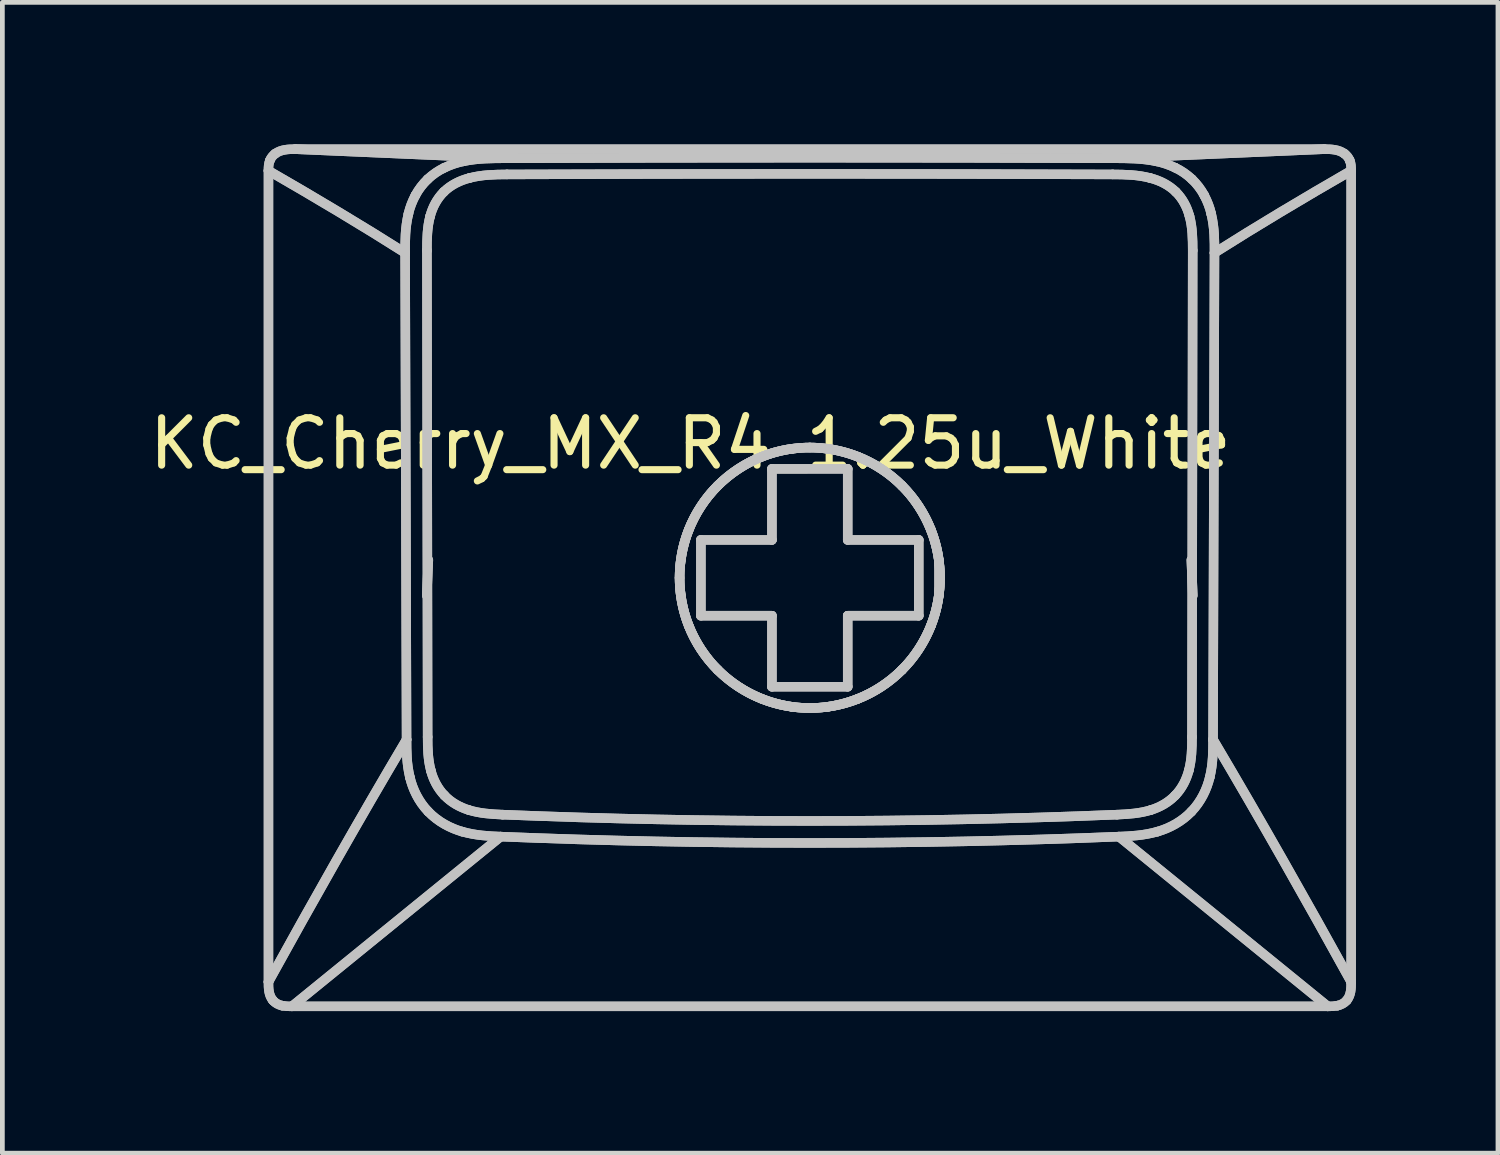
<source format=kicad_pcb>
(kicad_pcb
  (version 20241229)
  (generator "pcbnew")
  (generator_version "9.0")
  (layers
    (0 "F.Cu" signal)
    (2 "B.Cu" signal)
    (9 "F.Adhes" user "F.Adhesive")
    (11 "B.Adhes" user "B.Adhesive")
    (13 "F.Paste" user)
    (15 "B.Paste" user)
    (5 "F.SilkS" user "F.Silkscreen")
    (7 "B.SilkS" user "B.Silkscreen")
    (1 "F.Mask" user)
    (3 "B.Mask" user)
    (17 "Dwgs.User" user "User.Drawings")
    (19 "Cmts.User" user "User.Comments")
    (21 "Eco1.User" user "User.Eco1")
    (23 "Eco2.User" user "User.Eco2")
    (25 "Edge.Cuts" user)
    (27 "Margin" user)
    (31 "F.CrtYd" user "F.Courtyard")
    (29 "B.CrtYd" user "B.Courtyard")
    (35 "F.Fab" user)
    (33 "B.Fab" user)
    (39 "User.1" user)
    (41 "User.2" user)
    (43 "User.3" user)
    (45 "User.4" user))
  (footprint "KC_Cherry_MX_R4_1.25u_White"
    (layer "F.Cu")
    (at 14.07 9.111)
    (property "Reference" "KC_Cherry_MX_R4_1.25u_White" (at -2.54 -2.794 0) (layer "F.SilkS") (effects (font (size 1 1) (thickness 0.15))))
    (attr allow_missing_courtyard)
    (fp_line (start -11.451 8.572) (end -11.451 -8.557) (stroke (width 0.2) (type default)) (layer "Dwgs.User"))
    (fp_line (start -11.451 8.572) (end -11.451 -8.557) (stroke (width 0.2) (type default)) (layer "Dwgs.User"))
    (fp_line (start -10.956 9.089) (end -6.548 5.505) (stroke (width 0.2) (type default)) (layer "Dwgs.User"))
    (fp_line (start -10.956 9.089) (end -6.548 5.505) (stroke (width 0.2) (type default)) (layer "Dwgs.User"))
    (fp_line (start -10.886 -9.011) (end 10.846 -9.011) (stroke (width 0.2) (type default)) (layer "Dwgs.User"))
    (fp_line (start -10.886 -9.011) (end 10.846 -9.011) (stroke (width 0.2) (type default)) (layer "Dwgs.User"))
    (fp_line (start -8.565 -6.821) (end -8.535 3.456) (stroke (width 0.2) (type default)) (layer "Dwgs.User"))
    (fp_line (start -8.565 -6.821) (end -8.535 3.456) (stroke (width 0.2) (type default)) (layer "Dwgs.User"))
    (fp_line (start -8.105 -6.872) (end -8.09 3.401) (stroke (width 0.2) (type default)) (layer "Dwgs.User"))
    (fp_line (start -8.105 -6.872) (end -8.09 3.401) (stroke (width 0.2) (type default)) (layer "Dwgs.User"))
    (fp_line (start -8.075 -0.336) (end -8.108 0.414) (stroke (width 0.2) (type default)) (layer "Dwgs.User"))
    (fp_line (start -8.075 -0.336) (end -8.108 0.414) (stroke (width 0.2) (type default)) (layer "Dwgs.User"))
    (fp_line (start -6.457 -8.819) (end -10.886 -9.011) (stroke (width 0.2) (type default)) (layer "Dwgs.User"))
    (fp_line (start -6.457 -8.819) (end -10.886 -9.011) (stroke (width 0.2) (type default)) (layer "Dwgs.User"))
    (fp_line (start -2.32 -0.76) (end -0.82 -0.76) (stroke (width 0.2) (type default)) (layer "Dwgs.User"))
    (fp_line (start -2.32 -0.76) (end -0.82 -0.76) (stroke (width 0.2) (type default)) (layer "Dwgs.User"))
    (fp_line (start -2.32 0.84) (end -2.32 -0.76) (stroke (width 0.2) (type default)) (layer "Dwgs.User"))
    (fp_line (start -2.32 0.84) (end -2.32 -0.76) (stroke (width 0.2) (type default)) (layer "Dwgs.User"))
    (fp_line (start -0.82 -2.26) (end 0.78 -2.26) (stroke (width 0.2) (type default)) (layer "Dwgs.User"))
    (fp_line (start -0.82 -2.26) (end 0.78 -2.26) (stroke (width 0.2) (type default)) (layer "Dwgs.User"))
    (fp_line (start -0.82 -0.76) (end -0.82 -2.26) (stroke (width 0.2) (type default)) (layer "Dwgs.User"))
    (fp_line (start -0.82 -0.76) (end -0.82 -2.26) (stroke (width 0.2) (type default)) (layer "Dwgs.User"))
    (fp_line (start -0.82 0.84) (end -2.32 0.84) (stroke (width 0.2) (type default)) (layer "Dwgs.User"))
    (fp_line (start -0.82 0.84) (end -2.32 0.84) (stroke (width 0.2) (type default)) (layer "Dwgs.User"))
    (fp_line (start -0.82 2.34) (end -0.82 0.84) (stroke (width 0.2) (type default)) (layer "Dwgs.User"))
    (fp_line (start -0.82 2.34) (end -0.82 0.84) (stroke (width 0.2) (type default)) (layer "Dwgs.User"))
    (fp_line (start -0.395 -2.685) (end -0.395 -2.685) (stroke (width 0.2) (type default)) (layer "Dwgs.User"))
    (fp_line (start -0.395 -2.685) (end -0.395 -2.685) (stroke (width 0.2) (type default)) (layer "Dwgs.User"))
    (fp_line (start -0.395 2.764) (end -0.395 2.764) (stroke (width 0.2) (type default)) (layer "Dwgs.User"))
    (fp_line (start -0.395 2.764) (end -0.395 2.764) (stroke (width 0.2) (type default)) (layer "Dwgs.User"))
    (fp_line (start 0.355 -2.685) (end 0.355 -2.685) (stroke (width 0.2) (type default)) (layer "Dwgs.User"))
    (fp_line (start 0.355 -2.685) (end 0.355 -2.685) (stroke (width 0.2) (type default)) (layer "Dwgs.User"))
    (fp_line (start 0.355 2.764) (end 0.355 2.764) (stroke (width 0.2) (type default)) (layer "Dwgs.User"))
    (fp_line (start 0.355 2.764) (end 0.355 2.764) (stroke (width 0.2) (type default)) (layer "Dwgs.User"))
    (fp_line (start 0.78 -2.26) (end 0.78 -0.76) (stroke (width 0.2) (type default)) (layer "Dwgs.User"))
    (fp_line (start 0.78 -2.26) (end 0.78 -0.76) (stroke (width 0.2) (type default)) (layer "Dwgs.User"))
    (fp_line (start 0.78 -0.76) (end 2.28 -0.76) (stroke (width 0.2) (type default)) (layer "Dwgs.User"))
    (fp_line (start 0.78 -0.76) (end 2.28 -0.76) (stroke (width 0.2) (type default)) (layer "Dwgs.User"))
    (fp_line (start 0.78 0.84) (end 0.78 2.34) (stroke (width 0.2) (type default)) (layer "Dwgs.User"))
    (fp_line (start 0.78 0.84) (end 0.78 2.34) (stroke (width 0.2) (type default)) (layer "Dwgs.User"))
    (fp_line (start 0.78 2.34) (end -0.82 2.34) (stroke (width 0.2) (type default)) (layer "Dwgs.User"))
    (fp_line (start 0.78 2.34) (end -0.82 2.34) (stroke (width 0.2) (type default)) (layer "Dwgs.User"))
    (fp_line (start 2.28 -0.76) (end 2.28 0.84) (stroke (width 0.2) (type default)) (layer "Dwgs.User"))
    (fp_line (start 2.28 -0.76) (end 2.28 0.84) (stroke (width 0.2) (type default)) (layer "Dwgs.User"))
    (fp_line (start 2.28 0.84) (end 0.78 0.84) (stroke (width 0.2) (type default)) (layer "Dwgs.User"))
    (fp_line (start 2.28 0.84) (end 0.78 0.84) (stroke (width 0.2) (type default)) (layer "Dwgs.User"))
    (fp_line (start 2.704 0.414) (end 2.704 -0.336) (stroke (width 0.2) (type default)) (layer "Dwgs.User"))
    (fp_line (start 8.035 -0.336) (end 8.068 0.414) (stroke (width 0.2) (type default)) (layer "Dwgs.User"))
    (fp_line (start 8.035 -0.336) (end 8.068 0.414) (stroke (width 0.2) (type default)) (layer "Dwgs.User"))
    (fp_line (start 8.05 3.401) (end 8.065 -6.872) (stroke (width 0.2) (type default)) (layer "Dwgs.User"))
    (fp_line (start 8.05 3.401) (end 8.065 -6.872) (stroke (width 0.2) (type default)) (layer "Dwgs.User"))
    (fp_line (start 8.495 3.456) (end 8.525 -6.821) (stroke (width 0.2) (type default)) (layer "Dwgs.User"))
    (fp_line (start 8.495 3.456) (end 8.525 -6.821) (stroke (width 0.2) (type default)) (layer "Dwgs.User"))
    (fp_line (start 10.846 -9.011) (end 6.417 -8.819) (stroke (width 0.2) (type default)) (layer "Dwgs.User"))
    (fp_line (start 10.846 -9.011) (end 6.417 -8.819) (stroke (width 0.2) (type default)) (layer "Dwgs.User"))
    (fp_line (start 10.916 9.089) (end -10.956 9.089) (stroke (width 0.2) (type default)) (layer "Dwgs.User"))
    (fp_line (start 10.916 9.089) (end -10.956 9.089) (stroke (width 0.2) (type default)) (layer "Dwgs.User"))
    (fp_line (start 10.916 9.089) (end 6.508 5.505) (stroke (width 0.2) (type default)) (layer "Dwgs.User"))
    (fp_line (start 10.916 9.089) (end 6.508 5.505) (stroke (width 0.2) (type default)) (layer "Dwgs.User"))
    (fp_line (start 11.411 -8.557) (end 11.411 8.572) (stroke (width 0.2) (type default)) (layer "Dwgs.User"))
    (fp_line (start 11.411 -8.557) (end 11.411 8.572) (stroke (width 0.2) (type default)) (layer "Dwgs.User"))
    (fp_curve (pts (xy -11.451 -8.557) (xy -11.452 -8.63) (xy -11.449 -8.706) (xy -11.42 -8.775)) (stroke (width 0.2) (type default)) (layer "Dwgs.User"))
    (fp_curve (pts (xy -11.451 -8.557) (xy -11.452 -8.63) (xy -11.449 -8.706) (xy -11.42 -8.775)) (stroke (width 0.2) (type default)) (layer "Dwgs.User"))
    (fp_curve (pts (xy -11.451 8.572) (xy -10.513 6.871) (xy -9.549 5.166) (xy -8.535 3.456)) (stroke (width 0.2) (type default)) (layer "Dwgs.User"))
    (fp_curve (pts (xy -11.451 8.572) (xy -10.513 6.871) (xy -9.549 5.166) (xy -8.535 3.456)) (stroke (width 0.2) (type default)) (layer "Dwgs.User"))
    (fp_curve (pts (xy -11.42 -8.775) (xy -11.396 -8.832) (xy -11.359 -8.878) (xy -11.31 -8.915)) (stroke (width 0.2) (type default)) (layer "Dwgs.User"))
    (fp_curve (pts (xy -11.42 -8.775) (xy -11.396 -8.832) (xy -11.359 -8.878) (xy -11.31 -8.915)) (stroke (width 0.2) (type default)) (layer "Dwgs.User"))
    (fp_curve (pts (xy -11.358 8.962) (xy -11.448 8.854) (xy -11.452 8.706) (xy -11.451 8.572)) (stroke (width 0.2) (type default)) (layer "Dwgs.User"))
    (fp_curve (pts (xy -11.358 8.962) (xy -11.448 8.854) (xy -11.452 8.706) (xy -11.451 8.572)) (stroke (width 0.2) (type default)) (layer "Dwgs.User"))
    (fp_curve (pts (xy -11.31 -8.915) (xy -11.189 -9.005) (xy -11.031 -9.012) (xy -10.886 -9.011)) (stroke (width 0.2) (type default)) (layer "Dwgs.User"))
    (fp_curve (pts (xy -11.31 -8.915) (xy -11.189 -9.005) (xy -11.031 -9.012) (xy -10.886 -9.011)) (stroke (width 0.2) (type default)) (layer "Dwgs.User"))
    (fp_curve (pts (xy -11.162 9.074) (xy -11.237 9.058) (xy -11.309 9.021) (xy -11.358 8.962)) (stroke (width 0.2) (type default)) (layer "Dwgs.User"))
    (fp_curve (pts (xy -11.162 9.074) (xy -11.237 9.058) (xy -11.309 9.021) (xy -11.358 8.962)) (stroke (width 0.2) (type default)) (layer "Dwgs.User"))
    (fp_curve (pts (xy -10.956 9.089) (xy -11.025 9.092) (xy -11.094 9.087) (xy -11.162 9.074)) (stroke (width 0.2) (type default)) (layer "Dwgs.User"))
    (fp_curve (pts (xy -10.956 9.089) (xy -11.025 9.092) (xy -11.094 9.087) (xy -11.162 9.074)) (stroke (width 0.2) (type default)) (layer "Dwgs.User"))
    (fp_curve (pts (xy -8.565 -6.821) (xy -9.466 -7.393) (xy -10.439 -7.974) (xy -11.451 -8.557)) (stroke (width 0.2) (type default)) (layer "Dwgs.User"))
    (fp_curve (pts (xy -8.565 -6.821) (xy -9.466 -7.393) (xy -10.439 -7.974) (xy -11.451 -8.557)) (stroke (width 0.2) (type default)) (layer "Dwgs.User"))
    (fp_curve (pts (xy -8.565 -6.821) (xy -8.565 -7.065) (xy -8.569 -7.34) (xy -8.496 -7.645)) (stroke (width 0.2) (type default)) (layer "Dwgs.User"))
    (fp_curve (pts (xy -8.565 -6.821) (xy -8.565 -7.065) (xy -8.569 -7.34) (xy -8.496 -7.645)) (stroke (width 0.2) (type default)) (layer "Dwgs.User"))
    (fp_curve (pts (xy -8.496 -7.645) (xy -8.467 -7.775) (xy -8.417 -7.906) (xy -8.348 -8.037)) (stroke (width 0.2) (type default)) (layer "Dwgs.User"))
    (fp_curve (pts (xy -8.496 -7.645) (xy -8.467 -7.775) (xy -8.417 -7.906) (xy -8.348 -8.037)) (stroke (width 0.2) (type default)) (layer "Dwgs.User"))
    (fp_curve (pts (xy -8.464 4.256) (xy -8.536 3.962) (xy -8.534 3.693) (xy -8.535 3.456)) (stroke (width 0.2) (type default)) (layer "Dwgs.User"))
    (fp_curve (pts (xy -8.464 4.256) (xy -8.536 3.962) (xy -8.534 3.693) (xy -8.535 3.456)) (stroke (width 0.2) (type default)) (layer "Dwgs.User"))
    (fp_curve (pts (xy -8.348 -8.037) (xy -8.281 -8.162) (xy -8.194 -8.275) (xy -8.089 -8.377)) (stroke (width 0.2) (type default)) (layer "Dwgs.User"))
    (fp_curve (pts (xy -8.348 -8.037) (xy -8.281 -8.162) (xy -8.194 -8.275) (xy -8.089 -8.377)) (stroke (width 0.2) (type default)) (layer "Dwgs.User"))
    (fp_curve (pts (xy -8.105 -6.872) (xy -8.105 -7.115) (xy -8.1 -7.362) (xy -8.037 -7.596)) (stroke (width 0.2) (type default)) (layer "Dwgs.User"))
    (fp_curve (pts (xy -8.105 -6.872) (xy -8.105 -7.115) (xy -8.1 -7.362) (xy -8.037 -7.596)) (stroke (width 0.2) (type default)) (layer "Dwgs.User"))
    (fp_curve (pts (xy -8.089 -8.377) (xy -7.981 -8.478) (xy -7.864 -8.558) (xy -7.739 -8.618)) (stroke (width 0.2) (type default)) (layer "Dwgs.User"))
    (fp_curve (pts (xy -8.089 -8.377) (xy -7.981 -8.478) (xy -7.864 -8.558) (xy -7.739 -8.618)) (stroke (width 0.2) (type default)) (layer "Dwgs.User"))
    (fp_curve (pts (xy -8.077 4.977) (xy -8.282 4.765) (xy -8.406 4.499) (xy -8.464 4.256)) (stroke (width 0.2) (type default)) (layer "Dwgs.User"))
    (fp_curve (pts (xy -8.077 4.977) (xy -8.282 4.765) (xy -8.406 4.499) (xy -8.464 4.256)) (stroke (width 0.2) (type default)) (layer "Dwgs.User"))
    (fp_curve (pts (xy -8.037 -7.596) (xy -7.986 -7.788) (xy -7.89 -7.97) (xy -7.748 -8.11)) (stroke (width 0.2) (type default)) (layer "Dwgs.User"))
    (fp_curve (pts (xy -8.037 -7.596) (xy -7.986 -7.788) (xy -7.89 -7.97) (xy -7.748 -8.11)) (stroke (width 0.2) (type default)) (layer "Dwgs.User"))
    (fp_curve (pts (xy -8.022 4.111) (xy -8.084 3.879) (xy -8.09 3.638) (xy -8.09 3.401)) (stroke (width 0.2) (type default)) (layer "Dwgs.User"))
    (fp_curve (pts (xy -8.022 4.111) (xy -8.084 3.879) (xy -8.09 3.638) (xy -8.09 3.401)) (stroke (width 0.2) (type default)) (layer "Dwgs.User"))
    (fp_curve (pts (xy -7.748 -8.11) (xy -7.6 -8.256) (xy -7.408 -8.35) (xy -7.207 -8.402)) (stroke (width 0.2) (type default)) (layer "Dwgs.User"))
    (fp_curve (pts (xy -7.748 -8.11) (xy -7.6 -8.256) (xy -7.408 -8.35) (xy -7.207 -8.402)) (stroke (width 0.2) (type default)) (layer "Dwgs.User"))
    (fp_curve (pts (xy -7.739 -8.618) (xy -7.604 -8.682) (xy -7.47 -8.727) (xy -7.338 -8.754)) (stroke (width 0.2) (type default)) (layer "Dwgs.User"))
    (fp_curve (pts (xy -7.739 -8.618) (xy -7.604 -8.682) (xy -7.47 -8.727) (xy -7.338 -8.754)) (stroke (width 0.2) (type default)) (layer "Dwgs.User"))
    (fp_curve (pts (xy -7.736 4.634) (xy -7.877 4.488) (xy -7.971 4.304) (xy -8.022 4.111)) (stroke (width 0.2) (type default)) (layer "Dwgs.User"))
    (fp_curve (pts (xy -7.736 4.634) (xy -7.877 4.488) (xy -7.971 4.304) (xy -8.022 4.111)) (stroke (width 0.2) (type default)) (layer "Dwgs.User"))
    (fp_curve (pts (xy -7.363 5.399) (xy -7.608 5.329) (xy -7.873 5.191) (xy -8.077 4.977)) (stroke (width 0.2) (type default)) (layer "Dwgs.User"))
    (fp_curve (pts (xy -7.363 5.399) (xy -7.608 5.329) (xy -7.873 5.191) (xy -8.077 4.977)) (stroke (width 0.2) (type default)) (layer "Dwgs.User"))
    (fp_curve (pts (xy -7.338 -8.754) (xy -7.018 -8.821) (xy -6.725 -8.817) (xy -6.457 -8.819)) (stroke (width 0.2) (type default)) (layer "Dwgs.User"))
    (fp_curve (pts (xy -7.338 -8.754) (xy -7.018 -8.821) (xy -6.725 -8.817) (xy -6.457 -8.819)) (stroke (width 0.2) (type default)) (layer "Dwgs.User"))
    (fp_curve (pts (xy -7.222 4.943) (xy -7.415 4.883) (xy -7.596 4.781) (xy -7.736 4.634)) (stroke (width 0.2) (type default)) (layer "Dwgs.User"))
    (fp_curve (pts (xy -7.222 4.943) (xy -7.415 4.883) (xy -7.596 4.781) (xy -7.736 4.634)) (stroke (width 0.2) (type default)) (layer "Dwgs.User"))
    (fp_curve (pts (xy -7.207 -8.402) (xy -6.951 -8.47) (xy -6.681 -8.477) (xy -6.415 -8.478)) (stroke (width 0.2) (type default)) (layer "Dwgs.User"))
    (fp_curve (pts (xy -7.207 -8.402) (xy -6.951 -8.47) (xy -6.681 -8.477) (xy -6.415 -8.478)) (stroke (width 0.2) (type default)) (layer "Dwgs.User"))
    (fp_curve (pts (xy -6.548 5.505) (xy -6.791 5.494) (xy -7.065 5.484) (xy -7.363 5.399)) (stroke (width 0.2) (type default)) (layer "Dwgs.User"))
    (fp_curve (pts (xy -6.548 5.505) (xy -6.791 5.494) (xy -7.065 5.484) (xy -7.363 5.399)) (stroke (width 0.2) (type default)) (layer "Dwgs.User"))
    (fp_curve (pts (xy -6.506 5.041) (xy -6.747 5.031) (xy -6.991 5.015) (xy -7.222 4.943)) (stroke (width 0.2) (type default)) (layer "Dwgs.User"))
    (fp_curve (pts (xy -6.506 5.041) (xy -6.747 5.031) (xy -6.991 5.015) (xy -7.222 4.943)) (stroke (width 0.2) (type default)) (layer "Dwgs.User"))
    (fp_curve (pts (xy -6.457 -8.819) (xy -2.181 -8.834) (xy 2.141 -8.834) (xy 6.417 -8.819)) (stroke (width 0.2) (type default)) (layer "Dwgs.User"))
    (fp_curve (pts (xy -6.457 -8.819) (xy -2.181 -8.834) (xy 2.141 -8.834) (xy 6.417 -8.819)) (stroke (width 0.2) (type default)) (layer "Dwgs.User"))
    (fp_curve (pts (xy -6.415 -8.478) (xy -2.166 -8.494) (xy 2.126 -8.494) (xy 6.375 -8.478)) (stroke (width 0.2) (type default)) (layer "Dwgs.User"))
    (fp_curve (pts (xy -6.415 -8.478) (xy -2.166 -8.494) (xy 2.126 -8.494) (xy 6.375 -8.478)) (stroke (width 0.2) (type default)) (layer "Dwgs.User"))
    (fp_curve (pts (xy -2.77 0.039) (xy -2.77 0.363) (xy -2.711 0.713) (xy -2.577 1.052)) (stroke (width 0.2) (type default)) (layer "Dwgs.User"))
    (fp_curve (pts (xy -2.77 0.039) (xy -2.77 0.363) (xy -2.711 0.713) (xy -2.577 1.052)) (stroke (width 0.2) (type default)) (layer "Dwgs.User"))
    (fp_curve (pts (xy -2.744 0.414) (xy -2.665 1.001) (xy -2.389 1.562) (xy -1.965 1.984)) (stroke (width 0.2) (type default)) (layer "Dwgs.User"))
    (fp_curve (pts (xy -2.744 0.414) (xy -2.665 1.001) (xy -2.389 1.562) (xy -1.965 1.984)) (stroke (width 0.2) (type default)) (layer "Dwgs.User"))
    (fp_curve (pts (xy -2.744 -0.336) (xy -2.779 -0.086) (xy -2.779 0.164) (xy -2.744 0.414)) (stroke (width 0.2) (type default)) (layer "Dwgs.User"))
    (fp_curve (pts (xy -2.744 -0.336) (xy -2.779 -0.086) (xy -2.779 0.164) (xy -2.744 0.414)) (stroke (width 0.2) (type default)) (layer "Dwgs.User"))
    (fp_curve (pts (xy -2.577 -0.973) (xy -2.711 -0.634) (xy -2.77 -0.284) (xy -2.77 0.039)) (stroke (width 0.2) (type default)) (layer "Dwgs.User"))
    (fp_curve (pts (xy -2.577 -0.973) (xy -2.711 -0.634) (xy -2.77 -0.284) (xy -2.77 0.039)) (stroke (width 0.2) (type default)) (layer "Dwgs.User"))
    (fp_curve (pts (xy -2.577 1.052) (xy -2.444 1.39) (xy -2.234 1.716) (xy -1.965 1.984)) (stroke (width 0.2) (type default)) (layer "Dwgs.User"))
    (fp_curve (pts (xy -2.577 1.052) (xy -2.444 1.39) (xy -2.234 1.716) (xy -1.965 1.984)) (stroke (width 0.2) (type default)) (layer "Dwgs.User"))
    (fp_curve (pts (xy -1.965 -1.905) (xy -2.388 -1.483) (xy -2.665 -0.923) (xy -2.744 -0.336)) (stroke (width 0.2) (type default)) (layer "Dwgs.User"))
    (fp_curve (pts (xy -1.965 -1.905) (xy -2.388 -1.483) (xy -2.665 -0.923) (xy -2.744 -0.336)) (stroke (width 0.2) (type default)) (layer "Dwgs.User"))
    (fp_curve (pts (xy -1.965 1.984) (xy -1.54 2.408) (xy -0.988 2.682) (xy -0.395 2.764)) (stroke (width 0.2) (type default)) (layer "Dwgs.User"))
    (fp_curve (pts (xy -1.965 1.984) (xy -1.54 2.408) (xy -0.988 2.682) (xy -0.395 2.764)) (stroke (width 0.2) (type default)) (layer "Dwgs.User"))
    (fp_curve (pts (xy -1.965 -1.905) (xy -2.234 -1.637) (xy -2.444 -1.311) (xy -2.577 -0.973)) (stroke (width 0.2) (type default)) (layer "Dwgs.User"))
    (fp_curve (pts (xy -1.965 -1.905) (xy -2.234 -1.637) (xy -2.444 -1.311) (xy -2.577 -0.973)) (stroke (width 0.2) (type default)) (layer "Dwgs.User"))
    (fp_curve (pts (xy -1.965 1.984) (xy -1.696 2.253) (xy -1.371 2.463) (xy -1.032 2.596)) (stroke (width 0.2) (type default)) (layer "Dwgs.User"))
    (fp_curve (pts (xy -1.965 1.984) (xy -1.696 2.253) (xy -1.371 2.463) (xy -1.032 2.596)) (stroke (width 0.2) (type default)) (layer "Dwgs.User"))
    (fp_curve (pts (xy -1.032 -2.518) (xy -1.371 -2.384) (xy -1.696 -2.174) (xy -1.965 -1.905)) (stroke (width 0.2) (type default)) (layer "Dwgs.User"))
    (fp_curve (pts (xy -1.032 -2.518) (xy -1.371 -2.384) (xy -1.696 -2.174) (xy -1.965 -1.905)) (stroke (width 0.2) (type default)) (layer "Dwgs.User"))
    (fp_curve (pts (xy -1.032 2.596) (xy -0.693 2.731) (xy -0.344 2.79) (xy -0.02 2.789)) (stroke (width 0.2) (type default)) (layer "Dwgs.User"))
    (fp_curve (pts (xy -1.032 2.596) (xy -0.693 2.731) (xy -0.344 2.79) (xy -0.02 2.789)) (stroke (width 0.2) (type default)) (layer "Dwgs.User"))
    (fp_curve (pts (xy -0.395 -2.685) (xy -0.988 -2.603) (xy -1.54 -2.33) (xy -1.965 -1.905)) (stroke (width 0.2) (type default)) (layer "Dwgs.User"))
    (fp_curve (pts (xy -0.395 -2.685) (xy -0.988 -2.603) (xy -1.54 -2.33) (xy -1.965 -1.905)) (stroke (width 0.2) (type default)) (layer "Dwgs.User"))
    (fp_curve (pts (xy -0.395 -2.685) (xy -0.145 -2.719) (xy 0.105 -2.719) (xy 0.355 -2.685)) (stroke (width 0.2) (type default)) (layer "Dwgs.User"))
    (fp_curve (pts (xy -0.395 -2.685) (xy -0.145 -2.719) (xy 0.105 -2.719) (xy 0.355 -2.685)) (stroke (width 0.2) (type default)) (layer "Dwgs.User"))
    (fp_curve (pts (xy -0.02 -2.711) (xy -0.344 -2.711) (xy -0.693 -2.652) (xy -1.032 -2.518)) (stroke (width 0.2) (type default)) (layer "Dwgs.User"))
    (fp_curve (pts (xy -0.02 -2.711) (xy -0.344 -2.711) (xy -0.693 -2.652) (xy -1.032 -2.518)) (stroke (width 0.2) (type default)) (layer "Dwgs.User"))
    (fp_curve (pts (xy -0.02 2.789) (xy 0.304 2.79) (xy 0.653 2.731) (xy 0.992 2.596)) (stroke (width 0.2) (type default)) (layer "Dwgs.User"))
    (fp_curve (pts (xy -0.02 2.789) (xy 0.304 2.79) (xy 0.653 2.731) (xy 0.992 2.596)) (stroke (width 0.2) (type default)) (layer "Dwgs.User"))
    (fp_curve (pts (xy 0.355 2.764) (xy 0.105 2.798) (xy -0.145 2.798) (xy -0.395 2.764)) (stroke (width 0.2) (type default)) (layer "Dwgs.User"))
    (fp_curve (pts (xy 0.355 2.764) (xy 0.105 2.798) (xy -0.145 2.798) (xy -0.395 2.764)) (stroke (width 0.2) (type default)) (layer "Dwgs.User"))
    (fp_curve (pts (xy 0.355 2.764) (xy 0.948 2.682) (xy 1.5 2.408) (xy 1.925 1.984)) (stroke (width 0.2) (type default)) (layer "Dwgs.User"))
    (fp_curve (pts (xy 0.355 2.764) (xy 0.948 2.682) (xy 1.5 2.408) (xy 1.925 1.984)) (stroke (width 0.2) (type default)) (layer "Dwgs.User"))
    (fp_curve (pts (xy 0.992 -2.518) (xy 0.653 -2.652) (xy 0.304 -2.711) (xy -0.02 -2.711)) (stroke (width 0.2) (type default)) (layer "Dwgs.User"))
    (fp_curve (pts (xy 0.992 -2.518) (xy 0.653 -2.652) (xy 0.304 -2.711) (xy -0.02 -2.711)) (stroke (width 0.2) (type default)) (layer "Dwgs.User"))
    (fp_curve (pts (xy 0.992 2.596) (xy 1.331 2.463) (xy 1.656 2.253) (xy 1.925 1.984)) (stroke (width 0.2) (type default)) (layer "Dwgs.User"))
    (fp_curve (pts (xy 0.992 2.596) (xy 1.331 2.463) (xy 1.656 2.253) (xy 1.925 1.984)) (stroke (width 0.2) (type default)) (layer "Dwgs.User"))
    (fp_curve (pts (xy 1.925 -1.905) (xy 1.5 -2.33) (xy 0.948 -2.603) (xy 0.355 -2.685)) (stroke (width 0.2) (type default)) (layer "Dwgs.User"))
    (fp_curve (pts (xy 1.925 -1.905) (xy 1.5 -2.33) (xy 0.948 -2.603) (xy 0.355 -2.685)) (stroke (width 0.2) (type default)) (layer "Dwgs.User"))
    (fp_curve (pts (xy 1.925 -1.905) (xy 1.656 -2.174) (xy 1.331 -2.384) (xy 0.992 -2.518)) (stroke (width 0.2) (type default)) (layer "Dwgs.User"))
    (fp_curve (pts (xy 1.925 -1.905) (xy 1.656 -2.174) (xy 1.331 -2.384) (xy 0.992 -2.518)) (stroke (width 0.2) (type default)) (layer "Dwgs.User"))
    (fp_curve (pts (xy 1.925 1.984) (xy 2.194 1.716) (xy 2.404 1.39) (xy 2.537 1.052)) (stroke (width 0.2) (type default)) (layer "Dwgs.User"))
    (fp_curve (pts (xy 1.925 1.984) (xy 2.194 1.716) (xy 2.404 1.39) (xy 2.537 1.052)) (stroke (width 0.2) (type default)) (layer "Dwgs.User"))
    (fp_curve (pts (xy 1.925 1.984) (xy 2.349 1.562) (xy 2.625 1.001) (xy 2.704 0.414)) (stroke (width 0.2) (type default)) (layer "Dwgs.User"))
    (fp_curve (pts (xy 1.925 1.984) (xy 2.349 1.562) (xy 2.625 1.001) (xy 2.704 0.414)) (stroke (width 0.2) (type default)) (layer "Dwgs.User"))
    (fp_curve (pts (xy 2.537 -0.973) (xy 2.404 -1.311) (xy 2.194 -1.637) (xy 1.925 -1.905)) (stroke (width 0.2) (type default)) (layer "Dwgs.User"))
    (fp_curve (pts (xy 2.537 -0.973) (xy 2.404 -1.311) (xy 2.194 -1.637) (xy 1.925 -1.905)) (stroke (width 0.2) (type default)) (layer "Dwgs.User"))
    (fp_curve (pts (xy 2.537 1.052) (xy 2.671 0.713) (xy 2.73 0.363) (xy 2.73 0.039)) (stroke (width 0.2) (type default)) (layer "Dwgs.User"))
    (fp_curve (pts (xy 2.537 1.052) (xy 2.671 0.713) (xy 2.73 0.363) (xy 2.73 0.039)) (stroke (width 0.2) (type default)) (layer "Dwgs.User"))
    (fp_curve (pts (xy 2.704 -0.336) (xy 2.625 -0.923) (xy 2.348 -1.483) (xy 1.925 -1.905)) (stroke (width 0.2) (type default)) (layer "Dwgs.User"))
    (fp_curve (pts (xy 2.704 -0.336) (xy 2.625 -0.923) (xy 2.348 -1.483) (xy 1.925 -1.905)) (stroke (width 0.2) (type default)) (layer "Dwgs.User"))
    (fp_curve (pts (xy 2.704 -0.336) (xy 2.721 -0.212) (xy 2.73 -0.086) (xy 2.73 0.039)) (stroke (width 0.2) (type default)) (layer "Dwgs.User"))
    (fp_curve (pts (xy 2.704 -0.336) (xy 2.721 -0.212) (xy 2.73 -0.086) (xy 2.73 0.039)) (stroke (width 0.2) (type default)) (layer "Dwgs.User"))
    (fp_curve (pts (xy 2.73 0.039) (xy 2.73 -0.284) (xy 2.671 -0.634) (xy 2.537 -0.973)) (stroke (width 0.2) (type default)) (layer "Dwgs.User"))
    (fp_curve (pts (xy 2.73 0.039) (xy 2.73 -0.284) (xy 2.671 -0.634) (xy 2.537 -0.973)) (stroke (width 0.2) (type default)) (layer "Dwgs.User"))
    (fp_curve (pts (xy 2.73 0.039) (xy 2.73 0.165) (xy 2.721 0.29) (xy 2.704 0.414)) (stroke (width 0.2) (type default)) (layer "Dwgs.User"))
    (fp_curve (pts (xy 2.73 0.039) (xy 2.73 0.165) (xy 2.721 0.29) (xy 2.704 0.414)) (stroke (width 0.2) (type default)) (layer "Dwgs.User"))
    (fp_curve (pts (xy 6.375 -8.478) (xy 6.641 -8.477) (xy 6.911 -8.47) (xy 7.167 -8.402)) (stroke (width 0.2) (type default)) (layer "Dwgs.User"))
    (fp_curve (pts (xy 6.375 -8.478) (xy 6.641 -8.477) (xy 6.911 -8.47) (xy 7.167 -8.402)) (stroke (width 0.2) (type default)) (layer "Dwgs.User"))
    (fp_curve (pts (xy 6.417 -8.819) (xy 6.685 -8.817) (xy 6.978 -8.821) (xy 7.298 -8.754)) (stroke (width 0.2) (type default)) (layer "Dwgs.User"))
    (fp_curve (pts (xy 6.417 -8.819) (xy 6.685 -8.817) (xy 6.978 -8.821) (xy 7.298 -8.754)) (stroke (width 0.2) (type default)) (layer "Dwgs.User"))
    (fp_curve (pts (xy 6.466 5.041) (xy 2.157 5.218) (xy -2.197 5.218) (xy -6.506 5.041)) (stroke (width 0.2) (type default)) (layer "Dwgs.User"))
    (fp_curve (pts (xy 6.466 5.041) (xy 2.157 5.218) (xy -2.197 5.218) (xy -6.506 5.041)) (stroke (width 0.2) (type default)) (layer "Dwgs.User"))
    (fp_curve (pts (xy 6.508 5.505) (xy 2.172 5.683) (xy -2.212 5.683) (xy -6.548 5.505)) (stroke (width 0.2) (type default)) (layer "Dwgs.User"))
    (fp_curve (pts (xy 6.508 5.505) (xy 2.172 5.683) (xy -2.212 5.683) (xy -6.548 5.505)) (stroke (width 0.2) (type default)) (layer "Dwgs.User"))
    (fp_curve (pts (xy 7.167 -8.402) (xy 7.368 -8.35) (xy 7.56 -8.256) (xy 7.708 -8.11)) (stroke (width 0.2) (type default)) (layer "Dwgs.User"))
    (fp_curve (pts (xy 7.167 -8.402) (xy 7.368 -8.35) (xy 7.56 -8.256) (xy 7.708 -8.11)) (stroke (width 0.2) (type default)) (layer "Dwgs.User"))
    (fp_curve (pts (xy 7.182 4.943) (xy 6.951 5.015) (xy 6.707 5.031) (xy 6.466 5.041)) (stroke (width 0.2) (type default)) (layer "Dwgs.User"))
    (fp_curve (pts (xy 7.182 4.943) (xy 6.951 5.015) (xy 6.707 5.031) (xy 6.466 5.041)) (stroke (width 0.2) (type default)) (layer "Dwgs.User"))
    (fp_curve (pts (xy 7.298 -8.754) (xy 7.43 -8.727) (xy 7.564 -8.682) (xy 7.699 -8.618)) (stroke (width 0.2) (type default)) (layer "Dwgs.User"))
    (fp_curve (pts (xy 7.298 -8.754) (xy 7.43 -8.727) (xy 7.564 -8.682) (xy 7.699 -8.618)) (stroke (width 0.2) (type default)) (layer "Dwgs.User"))
    (fp_curve (pts (xy 7.323 5.399) (xy 7.025 5.484) (xy 6.751 5.494) (xy 6.508 5.505)) (stroke (width 0.2) (type default)) (layer "Dwgs.User"))
    (fp_curve (pts (xy 7.323 5.399) (xy 7.025 5.484) (xy 6.751 5.494) (xy 6.508 5.505)) (stroke (width 0.2) (type default)) (layer "Dwgs.User"))
    (fp_curve (pts (xy 7.696 4.634) (xy 7.556 4.781) (xy 7.375 4.883) (xy 7.182 4.943)) (stroke (width 0.2) (type default)) (layer "Dwgs.User"))
    (fp_curve (pts (xy 7.696 4.634) (xy 7.556 4.781) (xy 7.375 4.883) (xy 7.182 4.943)) (stroke (width 0.2) (type default)) (layer "Dwgs.User"))
    (fp_curve (pts (xy 7.699 -8.618) (xy 7.824 -8.558) (xy 7.941 -8.478) (xy 8.049 -8.377)) (stroke (width 0.2) (type default)) (layer "Dwgs.User"))
    (fp_curve (pts (xy 7.699 -8.618) (xy 7.824 -8.558) (xy 7.941 -8.478) (xy 8.049 -8.377)) (stroke (width 0.2) (type default)) (layer "Dwgs.User"))
    (fp_curve (pts (xy 7.708 -8.11) (xy 7.85 -7.97) (xy 7.946 -7.788) (xy 7.997 -7.596)) (stroke (width 0.2) (type default)) (layer "Dwgs.User"))
    (fp_curve (pts (xy 7.708 -8.11) (xy 7.85 -7.97) (xy 7.946 -7.788) (xy 7.997 -7.596)) (stroke (width 0.2) (type default)) (layer "Dwgs.User"))
    (fp_curve (pts (xy 7.982 4.11) (xy 7.931 4.304) (xy 7.837 4.489) (xy 7.696 4.634)) (stroke (width 0.2) (type default)) (layer "Dwgs.User"))
    (fp_curve (pts (xy 7.982 4.11) (xy 7.931 4.304) (xy 7.837 4.489) (xy 7.696 4.634)) (stroke (width 0.2) (type default)) (layer "Dwgs.User"))
    (fp_curve (pts (xy 7.997 -7.596) (xy 8.06 -7.362) (xy 8.065 -7.115) (xy 8.065 -6.872)) (stroke (width 0.2) (type default)) (layer "Dwgs.User"))
    (fp_curve (pts (xy 7.997 -7.596) (xy 8.06 -7.362) (xy 8.065 -7.115) (xy 8.065 -6.872)) (stroke (width 0.2) (type default)) (layer "Dwgs.User"))
    (fp_curve (pts (xy 8.037 4.977) (xy 7.833 5.191) (xy 7.568 5.329) (xy 7.323 5.399)) (stroke (width 0.2) (type default)) (layer "Dwgs.User"))
    (fp_curve (pts (xy 8.037 4.977) (xy 7.833 5.191) (xy 7.568 5.329) (xy 7.323 5.399)) (stroke (width 0.2) (type default)) (layer "Dwgs.User"))
    (fp_curve (pts (xy 8.049 -8.377) (xy 8.154 -8.275) (xy 8.241 -8.162) (xy 8.308 -8.037)) (stroke (width 0.2) (type default)) (layer "Dwgs.User"))
    (fp_curve (pts (xy 8.049 -8.377) (xy 8.154 -8.275) (xy 8.241 -8.162) (xy 8.308 -8.037)) (stroke (width 0.2) (type default)) (layer "Dwgs.User"))
    (fp_curve (pts (xy 8.05 3.401) (xy 8.05 3.638) (xy 8.044 3.88) (xy 7.982 4.11)) (stroke (width 0.2) (type default)) (layer "Dwgs.User"))
    (fp_curve (pts (xy 8.05 3.401) (xy 8.05 3.638) (xy 8.044 3.88) (xy 7.982 4.11)) (stroke (width 0.2) (type default)) (layer "Dwgs.User"))
    (fp_curve (pts (xy 8.308 -8.037) (xy 8.377 -7.906) (xy 8.427 -7.775) (xy 8.456 -7.645)) (stroke (width 0.2) (type default)) (layer "Dwgs.User"))
    (fp_curve (pts (xy 8.308 -8.037) (xy 8.377 -7.906) (xy 8.427 -7.775) (xy 8.456 -7.645)) (stroke (width 0.2) (type default)) (layer "Dwgs.User"))
    (fp_curve (pts (xy 8.424 4.255) (xy 8.366 4.499) (xy 8.242 4.765) (xy 8.037 4.977)) (stroke (width 0.2) (type default)) (layer "Dwgs.User"))
    (fp_curve (pts (xy 8.424 4.255) (xy 8.366 4.499) (xy 8.242 4.765) (xy 8.037 4.977)) (stroke (width 0.2) (type default)) (layer "Dwgs.User"))
    (fp_curve (pts (xy 8.456 -7.645) (xy 8.529 -7.34) (xy 8.525 -7.065) (xy 8.525 -6.821)) (stroke (width 0.2) (type default)) (layer "Dwgs.User"))
    (fp_curve (pts (xy 8.456 -7.645) (xy 8.529 -7.34) (xy 8.525 -7.065) (xy 8.525 -6.821)) (stroke (width 0.2) (type default)) (layer "Dwgs.User"))
    (fp_curve (pts (xy 8.495 3.456) (xy 8.493 3.692) (xy 8.497 3.962) (xy 8.424 4.255)) (stroke (width 0.2) (type default)) (layer "Dwgs.User"))
    (fp_curve (pts (xy 8.495 3.456) (xy 8.493 3.692) (xy 8.497 3.962) (xy 8.424 4.255)) (stroke (width 0.2) (type default)) (layer "Dwgs.User"))
    (fp_curve (pts (xy 10.846 -9.011) (xy 10.991 -9.012) (xy 11.149 -9.005) (xy 11.27 -8.915)) (stroke (width 0.2) (type default)) (layer "Dwgs.User"))
    (fp_curve (pts (xy 10.846 -9.011) (xy 10.991 -9.012) (xy 11.149 -9.005) (xy 11.27 -8.915)) (stroke (width 0.2) (type default)) (layer "Dwgs.User"))
    (fp_curve (pts (xy 11.122 9.074) (xy 11.054 9.087) (xy 10.985 9.092) (xy 10.916 9.089)) (stroke (width 0.2) (type default)) (layer "Dwgs.User"))
    (fp_curve (pts (xy 11.122 9.074) (xy 11.054 9.087) (xy 10.985 9.092) (xy 10.916 9.089)) (stroke (width 0.2) (type default)) (layer "Dwgs.User"))
    (fp_curve (pts (xy 11.27 -8.915) (xy 11.319 -8.878) (xy 11.356 -8.832) (xy 11.38 -8.775)) (stroke (width 0.2) (type default)) (layer "Dwgs.User"))
    (fp_curve (pts (xy 11.27 -8.915) (xy 11.319 -8.878) (xy 11.356 -8.832) (xy 11.38 -8.775)) (stroke (width 0.2) (type default)) (layer "Dwgs.User"))
    (fp_curve (pts (xy 11.318 8.962) (xy 11.269 9.021) (xy 11.197 9.058) (xy 11.122 9.074)) (stroke (width 0.2) (type default)) (layer "Dwgs.User"))
    (fp_curve (pts (xy 11.318 8.962) (xy 11.269 9.021) (xy 11.197 9.058) (xy 11.122 9.074)) (stroke (width 0.2) (type default)) (layer "Dwgs.User"))
    (fp_curve (pts (xy 11.38 -8.775) (xy 11.409 -8.706) (xy 11.412 -8.63) (xy 11.411 -8.557)) (stroke (width 0.2) (type default)) (layer "Dwgs.User"))
    (fp_curve (pts (xy 11.38 -8.775) (xy 11.409 -8.706) (xy 11.412 -8.63) (xy 11.411 -8.557)) (stroke (width 0.2) (type default)) (layer "Dwgs.User"))
    (fp_curve (pts (xy 11.411 -8.557) (xy 10.399 -7.974) (xy 9.426 -7.393) (xy 8.525 -6.821)) (stroke (width 0.2) (type default)) (layer "Dwgs.User"))
    (fp_curve (pts (xy 11.411 -8.557) (xy 10.399 -7.974) (xy 9.426 -7.393) (xy 8.525 -6.821)) (stroke (width 0.2) (type default)) (layer "Dwgs.User"))
    (fp_curve (pts (xy 11.411 8.572) (xy 10.473 6.871) (xy 9.509 5.166) (xy 8.495 3.456)) (stroke (width 0.2) (type default)) (layer "Dwgs.User"))
    (fp_curve (pts (xy 11.411 8.572) (xy 10.473 6.871) (xy 9.509 5.166) (xy 8.495 3.456)) (stroke (width 0.2) (type default)) (layer "Dwgs.User"))
    (fp_curve (pts (xy 11.411 8.572) (xy 11.412 8.706) (xy 11.408 8.854) (xy 11.318 8.962)) (stroke (width 0.2) (type default)) (layer "Dwgs.User"))
    (fp_curve (pts (xy 11.411 8.572) (xy 11.412 8.706) (xy 11.408 8.854) (xy 11.318 8.962)) (stroke (width 0.2) (type default)) (layer "Dwgs.User")))
  (gr_rect
    (start -3 -3)
    (end 28.581 21.3)
    (stroke (width 0.1) (type default))
    (fill no)
    (layer "Edge.Cuts")))
</source>
